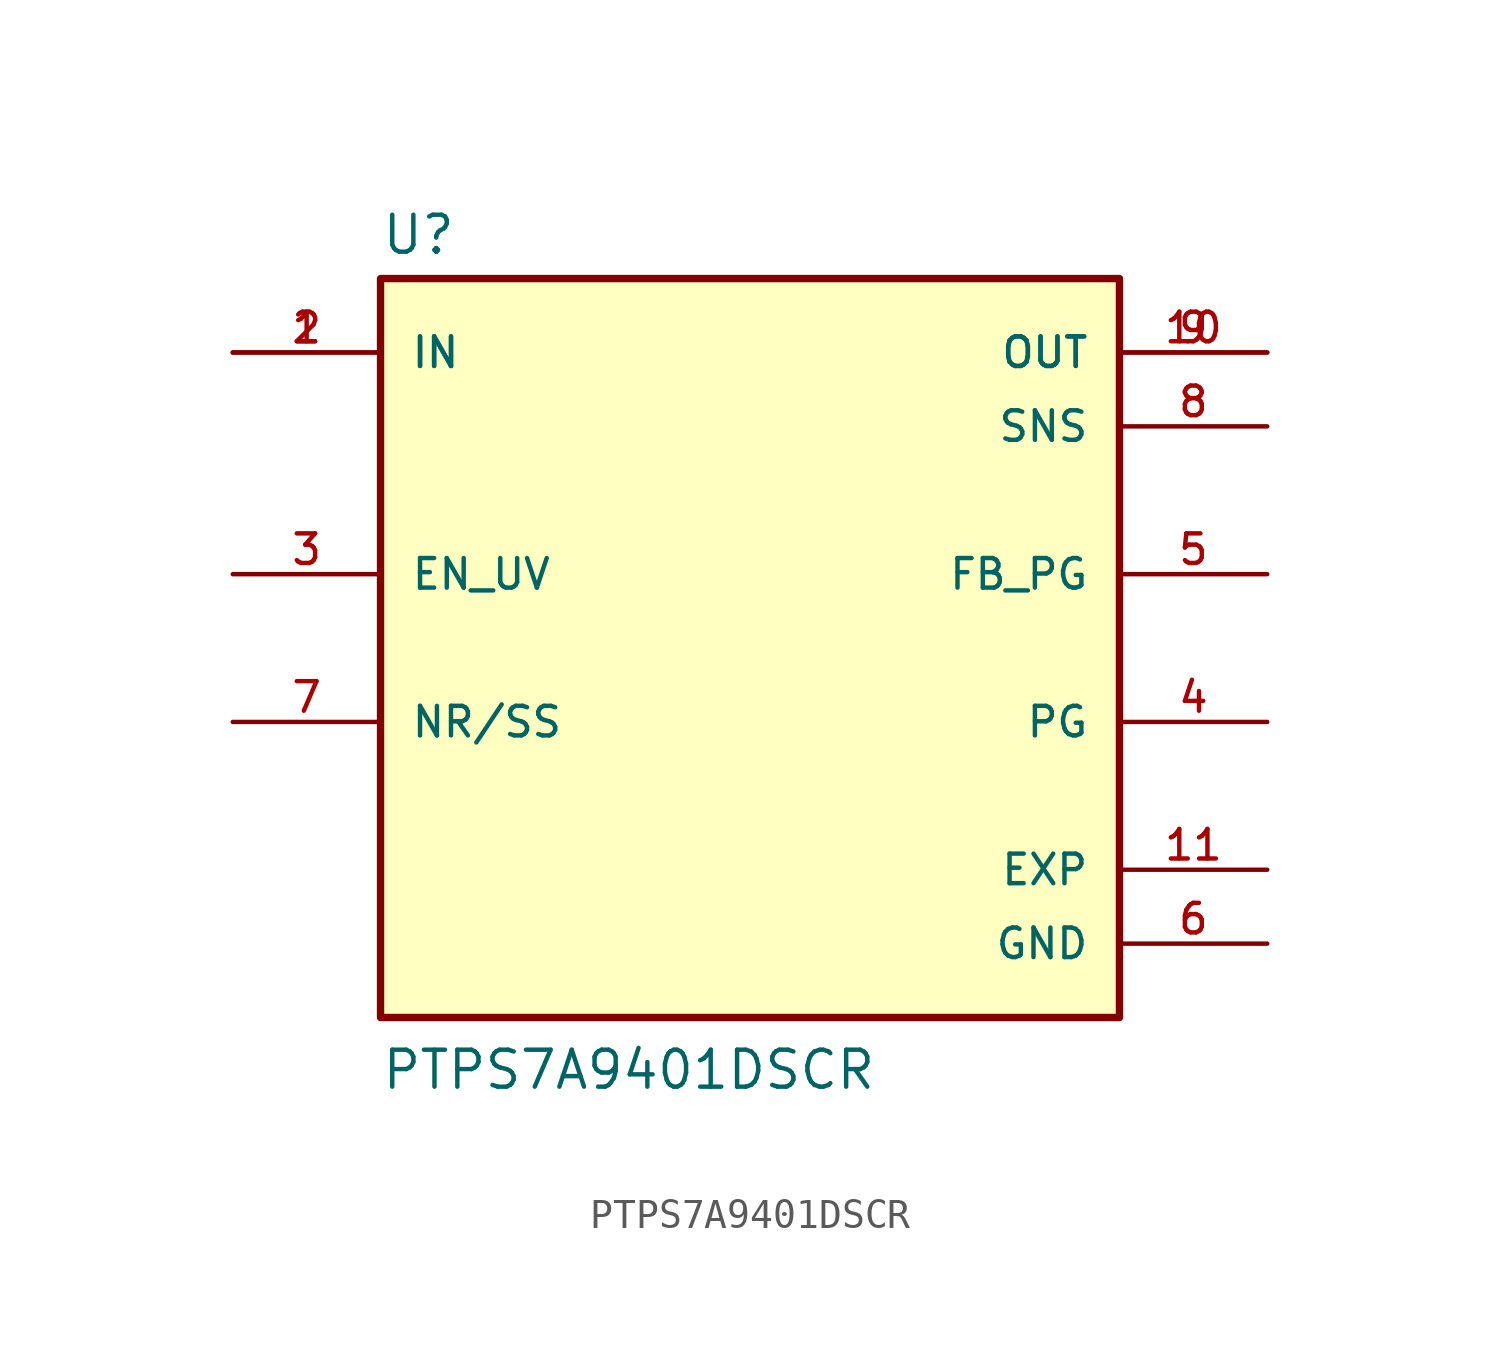
<source format=kicad_sym>
(kicad_symbol_lib
  (version 20211014)
  (generator kicad_symbol_editor)
  (symbol "PTPS7A9401DSCR"
    (pin_names
      (offset 1.016))
    (property "Reference" "U"
      (at -12.7 13.462 0)
      (effects (font (size 1.27 1.27)) (justify bottom left)))
    (property "Value" "PTPS7A9401DSCR"
      (at -12.7 -15.24 0)
      (effects (font (size 1.27 1.27)) (justify bottom left)))
    (symbol "PTPS7A9401DSCR_0_0"
      (rectangle (start -12.7 -12.7) (end 12.7 12.7) (stroke (width 0.254)) (fill (type background)))
      (pin input line (at -17.78 2.54 0) (length 5.08) (name "EN_UV" (effects (font (size 1.016 1.016)))) (number "3" (effects (font (size 1.016 1.016)))))
      (pin input line (at 17.78 2.54 180.0) (length 5.08) (name "FB_PG" (effects (font (size 1.016 1.016)))) (number "5" (effects (font (size 1.016 1.016)))))
      (pin power_in line (at 17.78 -10.16 180.0) (length 5.08) (name "GND" (effects (font (size 1.016 1.016)))) (number "6" (effects (font (size 1.016 1.016)))))
      (pin input line (at -17.78 10.16 0) (length 5.08) (name "IN" (effects (font (size 1.016 1.016)))) (number "1" (effects (font (size 1.016 1.016)))))
      (pin input line (at -17.78 10.16 0) (length 5.08) (name "IN" (effects (font (size 1.016 1.016)))) (number "2" (effects (font (size 1.016 1.016)))))
      (pin input line (at -17.78 -2.54 0) (length 5.08) (name "NR/SS" (effects (font (size 1.016 1.016)))) (number "7" (effects (font (size 1.016 1.016)))))
      (pin output line (at 17.78 10.16 180.0) (length 5.08) (name "OUT" (effects (font (size 1.016 1.016)))) (number "9" (effects (font (size 1.016 1.016)))))
      (pin output line (at 17.78 10.16 180.0) (length 5.08) (name "OUT" (effects (font (size 1.016 1.016)))) (number "10" (effects (font (size 1.016 1.016)))))
      (pin output line (at 17.78 -2.54 180.0) (length 5.08) (name "PG" (effects (font (size 1.016 1.016)))) (number "4" (effects (font (size 1.016 1.016)))))
      (pin input line (at 17.78 7.62 180.0) (length 5.08) (name "SNS" (effects (font (size 1.016 1.016)))) (number "8" (effects (font (size 1.016 1.016)))))
      (pin power_in line (at 17.78 -7.62 180.0) (length 5.08) (name "EXP" (effects (font (size 1.016 1.016)))) (number "11" (effects (font (size 1.016 1.016))))))))
</source>
